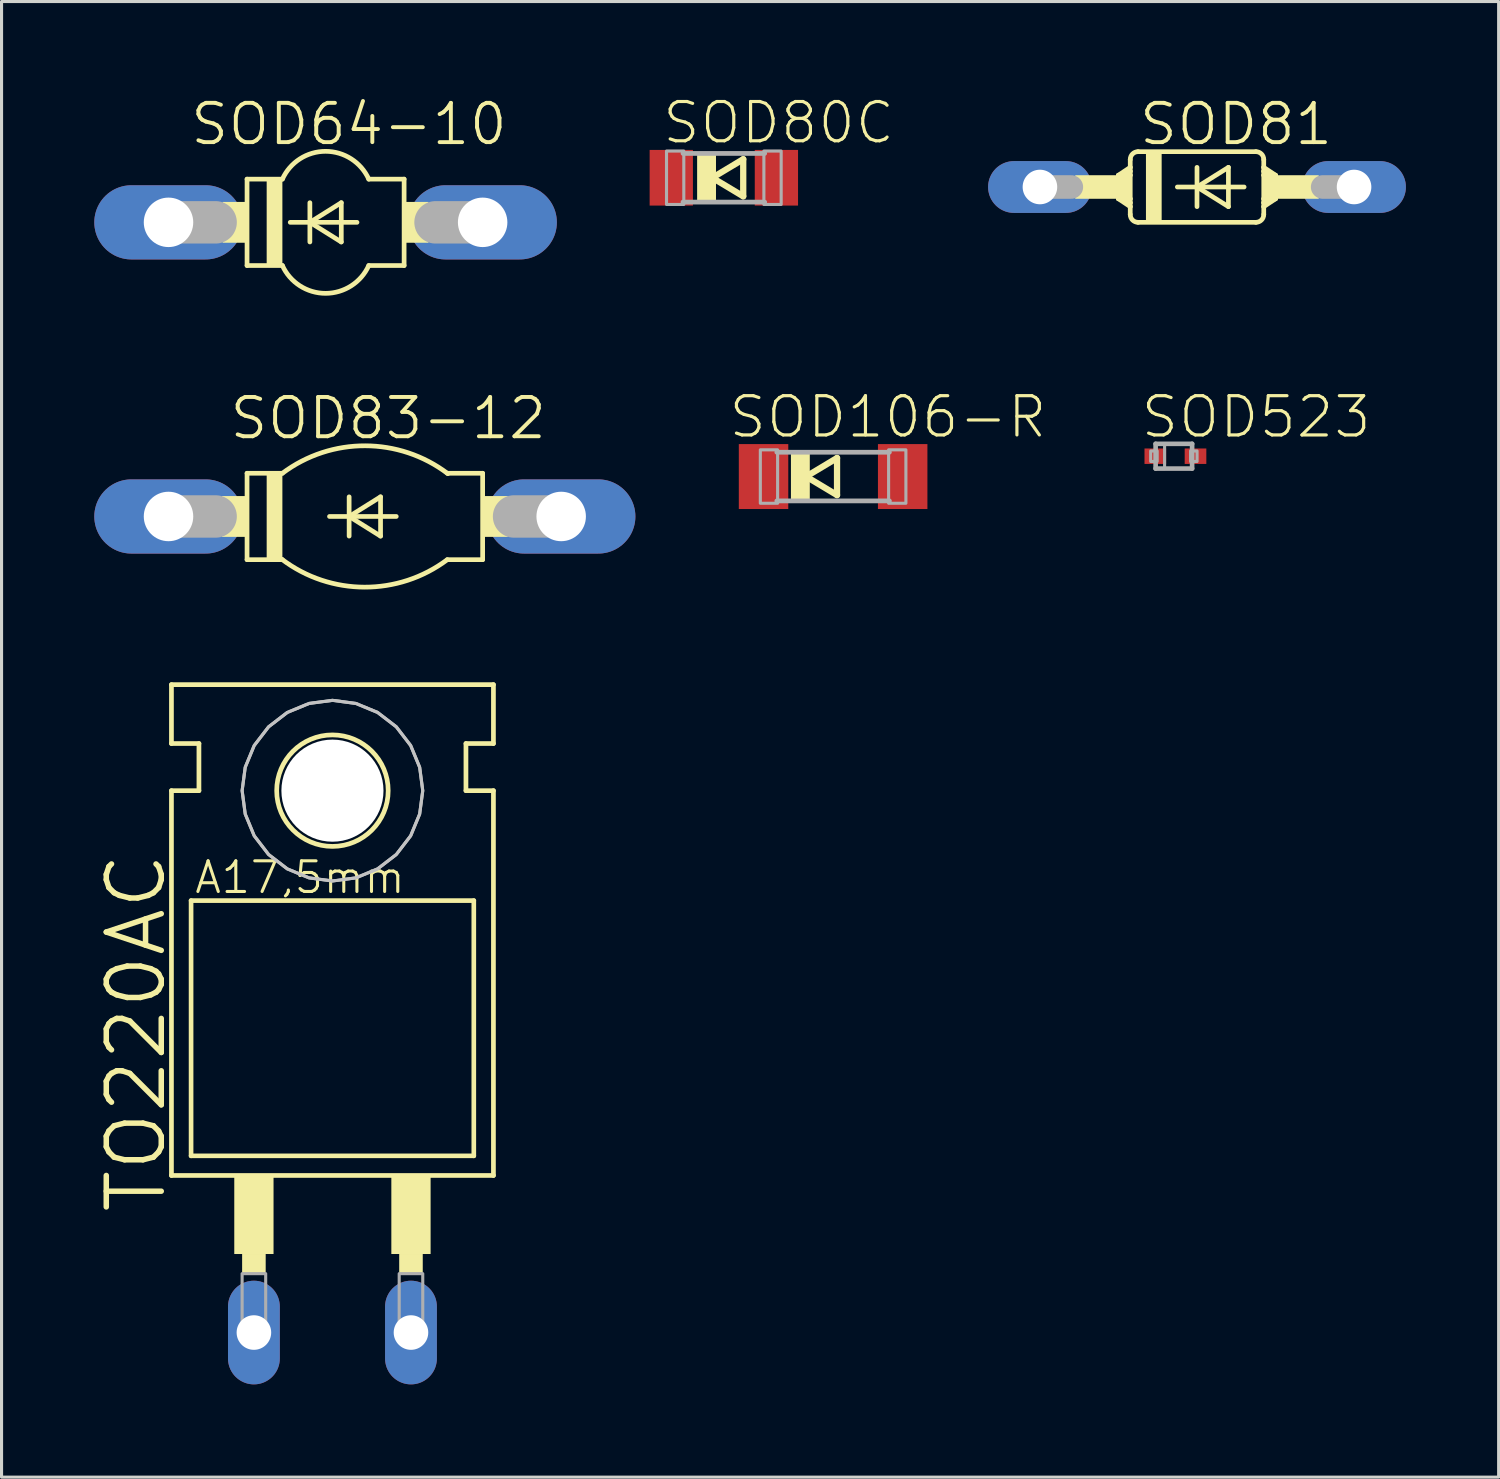
<source format=kicad_pcb>
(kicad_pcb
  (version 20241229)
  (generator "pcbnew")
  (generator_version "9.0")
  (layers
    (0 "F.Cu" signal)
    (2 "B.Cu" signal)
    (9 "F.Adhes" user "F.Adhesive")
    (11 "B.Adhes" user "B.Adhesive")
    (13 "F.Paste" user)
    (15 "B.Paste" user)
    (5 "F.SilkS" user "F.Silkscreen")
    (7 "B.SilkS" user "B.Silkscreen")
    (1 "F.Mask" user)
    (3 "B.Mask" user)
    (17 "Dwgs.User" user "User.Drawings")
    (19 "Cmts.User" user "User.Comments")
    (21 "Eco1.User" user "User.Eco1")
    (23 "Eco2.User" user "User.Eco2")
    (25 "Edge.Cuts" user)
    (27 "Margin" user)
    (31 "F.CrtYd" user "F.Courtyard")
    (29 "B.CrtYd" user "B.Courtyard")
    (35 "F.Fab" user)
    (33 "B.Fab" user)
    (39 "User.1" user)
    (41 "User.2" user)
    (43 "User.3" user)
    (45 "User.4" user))
  (footprint "SOD81"
    (layer "F.Cu")
    (at 35.664 2.998)
    (property "Reference" "SOD81" (at 1.264 -2.032 0) (layer "F.SilkS") (effects (font (size 1.27 1.27) (thickness 0.127))))
    (attr through_hole)
    (fp_line (start -2.54 -0.381) (end -2.54 0.381) (stroke (width 0.152) (type solid)) (layer "F.SilkS"))
    (fp_line (start -2.54 -0.381) (end -2.413 -0.381) (stroke (width 0.152) (type solid)) (layer "F.SilkS"))
    (fp_line (start -2.54 0.381) (end -2.413 0.381) (stroke (width 0.152) (type solid)) (layer "F.SilkS"))
    (fp_line (start -2.54 0.381) (end -2.159 0.635) (stroke (width 0.152) (type solid)) (layer "F.SilkS"))
    (fp_line (start -2.413 -0.381) (end -2.159 -0.381) (stroke (width 0.152) (type solid)) (layer "F.SilkS"))
    (fp_line (start -2.413 0.381) (end -2.159 0.381) (stroke (width 0.152) (type solid)) (layer "F.SilkS"))
    (fp_line (start -2.159 -0.635) (end -2.54 -0.381) (stroke (width 0.152) (type solid)) (layer "F.SilkS"))
    (fp_line (start -2.159 -0.635) (end -2.159 -0.889) (stroke (width 0.152) (type solid)) (layer "F.SilkS"))
    (fp_line (start -2.159 -0.635) (end -2.159 -0.508) (stroke (width 0.152) (type solid)) (layer "F.SilkS"))
    (fp_line (start -2.159 -0.508) (end -2.413 -0.381) (stroke (width 0.152) (type solid)) (layer "F.SilkS"))
    (fp_line (start -2.159 -0.508) (end -2.159 -0.381) (stroke (width 0.152) (type solid)) (layer "F.SilkS"))
    (fp_line (start -2.159 -0.381) (end -2.159 0.381) (stroke (width 0.152) (type solid)) (layer "F.SilkS"))
    (fp_line (start -2.159 0.381) (end -2.159 0.508) (stroke (width 0.152) (type solid)) (layer "F.SilkS"))
    (fp_line (start -2.159 0.508) (end -2.413 0.381) (stroke (width 0.152) (type solid)) (layer "F.SilkS"))
    (fp_line (start -2.159 0.508) (end -2.159 0.635) (stroke (width 0.152) (type solid)) (layer "F.SilkS"))
    (fp_line (start -2.159 0.635) (end -2.159 0.889) (stroke (width 0.152) (type solid)) (layer "F.SilkS"))
    (fp_line (start -1.905 -1.143) (end 1.905 -1.143) (stroke (width 0.152) (type solid)) (layer "F.SilkS"))
    (fp_line (start -1.905 1.143) (end 1.905 1.143) (stroke (width 0.152) (type solid)) (layer "F.SilkS"))
    (fp_line (start -0.635 0) (end 0 0) (stroke (width 0.152) (type solid)) (layer "F.SilkS"))
    (fp_line (start 0 -0.635) (end 0 0) (stroke (width 0.152) (type solid)) (layer "F.SilkS"))
    (fp_line (start 0 0) (end 0 0.635) (stroke (width 0.152) (type solid)) (layer "F.SilkS"))
    (fp_line (start 0 0) (end 1.016 -0.635) (stroke (width 0.152) (type solid)) (layer "F.SilkS"))
    (fp_line (start 0 0) (end 1.524 0) (stroke (width 0.152) (type solid)) (layer "F.SilkS"))
    (fp_line (start 1.016 -0.635) (end 1.016 0.635) (stroke (width 0.152) (type solid)) (layer "F.SilkS"))
    (fp_line (start 1.016 0.635) (end 0 0) (stroke (width 0.152) (type solid)) (layer "F.SilkS"))
    (fp_line (start 2.159 -0.635) (end 2.159 -0.889) (stroke (width 0.152) (type solid)) (layer "F.SilkS"))
    (fp_line (start 2.159 -0.635) (end 2.54 -0.381) (stroke (width 0.152) (type solid)) (layer "F.SilkS"))
    (fp_line (start 2.159 -0.508) (end 2.159 -0.635) (stroke (width 0.152) (type solid)) (layer "F.SilkS"))
    (fp_line (start 2.159 -0.508) (end 2.413 -0.381) (stroke (width 0.152) (type solid)) (layer "F.SilkS"))
    (fp_line (start 2.159 -0.381) (end 2.159 -0.508) (stroke (width 0.152) (type solid)) (layer "F.SilkS"))
    (fp_line (start 2.159 0.381) (end 2.159 -0.381) (stroke (width 0.152) (type solid)) (layer "F.SilkS"))
    (fp_line (start 2.159 0.508) (end 2.159 0.381) (stroke (width 0.152) (type solid)) (layer "F.SilkS"))
    (fp_line (start 2.159 0.508) (end 2.413 0.381) (stroke (width 0.152) (type solid)) (layer "F.SilkS"))
    (fp_line (start 2.159 0.635) (end 2.159 0.508) (stroke (width 0.152) (type solid)) (layer "F.SilkS"))
    (fp_line (start 2.159 0.635) (end 2.159 0.889) (stroke (width 0.152) (type solid)) (layer "F.SilkS"))
    (fp_line (start 2.159 0.635) (end 2.54 0.381) (stroke (width 0.152) (type solid)) (layer "F.SilkS"))
    (fp_line (start 2.413 -0.381) (end 2.159 -0.381) (stroke (width 0.152) (type solid)) (layer "F.SilkS"))
    (fp_line (start 2.413 0.381) (end 2.159 0.381) (stroke (width 0.152) (type solid)) (layer "F.SilkS"))
    (fp_line (start 2.54 -0.381) (end 2.413 -0.381) (stroke (width 0.152) (type solid)) (layer "F.SilkS"))
    (fp_line (start 2.54 -0.381) (end 2.54 0.381) (stroke (width 0.152) (type solid)) (layer "F.SilkS"))
    (fp_line (start 2.54 0.381) (end 2.413 0.381) (stroke (width 0.152) (type solid)) (layer "F.SilkS"))
    (fp_arc (start -2.159 -0.889) (mid -2.084605 -1.068605) (end -1.905 -1.143) (stroke (width 0.1524) (type solid)) (layer "F.SilkS"))
    (fp_arc (start -1.905 1.143) (mid -2.084605 1.068605) (end -2.159 0.889) (stroke (width 0.1524) (type solid)) (layer "F.SilkS"))
    (fp_arc (start 1.905 -1.143) (mid 2.084605 -1.068605) (end 2.159 -0.889) (stroke (width 0.1524) (type solid)) (layer "F.SilkS"))
    (fp_arc (start 2.159 0.889) (mid 2.084605 1.068605) (end 1.905 1.143) (stroke (width 0.1524) (type solid)) (layer "F.SilkS"))
    (fp_poly (pts (xy -3.937 -0.381) (xy -2.159 -0.381) (xy -2.159 0.381) (xy -3.937 0.381)) (stroke (width 0) (type solid)) (fill yes) (layer "F.SilkS"))
    (fp_poly (pts (xy -1.651 -1.143) (xy -1.143 -1.143) (xy -1.143 1.143) (xy -1.651 1.143)) (stroke (width 0) (type solid)) (fill yes) (layer "F.SilkS"))
    (fp_poly (pts (xy 2.159 -0.381) (xy 3.937 -0.381) (xy 3.937 0.381) (xy 2.159 0.381)) (stroke (width 0) (type solid)) (fill yes) (layer "F.SilkS"))
    (fp_line (start -5.08 0) (end -4.064 0) (stroke (width 0.762) (type solid)) (layer "F.Fab"))
    (fp_line (start 5.08 0) (end 4.064 0) (stroke (width 0.762) (type solid)) (layer "F.Fab"))
    (pad "A" thru_hole oval (at 5.08 0) (size 3.353 1.676) (drill 1.118) (layers "*.Cu" "*.Mask"))
    (pad "C" thru_hole oval (at -5.08 0) (size 3.353 1.676) (drill 1.118) (layers "*.Cu" "*.Mask")))
  (footprint "SOD106-R"
    (layer "F.Cu")
    (at 23.895 12.363)
    (property "Reference" "SOD106-R" (at 1.772 -1.928 0) (layer "F.SilkS") (effects (font (size 1.27 1.27) (thickness 0.102))))
    (attr through_hole)
    (fp_line (start -0.873 0) (end 0.127 0.6) (stroke (width 0.203) (type solid)) (layer "F.SilkS"))
    (fp_line (start 0.127 -0.6) (end -0.873 0) (stroke (width 0.203) (type solid)) (layer "F.SilkS"))
    (fp_line (start 0.127 0.6) (end 0.127 -0.6) (stroke (width 0.203) (type solid)) (layer "F.SilkS"))
    (fp_poly (pts (xy -1.364 -0.787) (xy -0.754 -0.787) (xy -0.754 0.787) (xy -1.364 0.787)) (stroke (width 0) (type solid)) (fill yes) (layer "F.SilkS"))
    (fp_line (start 1.821 -0.787) (end -1.821 -0.787) (stroke (width 0.152) (type solid)) (layer "F.Fab"))
    (fp_line (start 1.821 0.787) (end -1.821 0.787) (stroke (width 0.152) (type solid)) (layer "F.Fab"))
    (fp_poly (pts (xy -2.354 -0.864) (xy -1.795 -0.864) (xy -1.795 0.864) (xy -2.354 0.864)) (stroke (width 0.1) (type solid)) (fill no) (layer "F.Fab"))
    (fp_poly (pts (xy 1.795 -0.864) (xy 2.354 -0.864) (xy 2.354 0.864) (xy 1.795 0.864)) (stroke (width 0.1) (type solid)) (fill no) (layer "F.Fab"))
    (pad "A" smd rect (at 2.25 0) (size 1.6 2.1) (layers "F.Cu" "F.Mask" "F.Paste"))
    (pad "C" smd rect (at -2.25 0) (size 1.6 2.1) (layers "F.Cu" "F.Mask" "F.Paste")))
  (footprint "SOD83-12"
    (layer "F.Cu")
    (at 8.75 13.654)
    (property "Reference" "SOD83-12" (at 0.756 -3.175 0) (layer "F.SilkS") (effects (font (size 1.27 1.27) (thickness 0.127))))
    (attr through_hole)
    (fp_line (start -3.81 -1.397) (end -3.81 1.397) (stroke (width 0.152) (type solid)) (layer "F.SilkS"))
    (fp_line (start -3.81 -1.397) (end -2.667 -1.397) (stroke (width 0.152) (type solid)) (layer "F.SilkS"))
    (fp_line (start -3.81 1.397) (end -2.667 1.397) (stroke (width 0.152) (type solid)) (layer "F.SilkS"))
    (fp_line (start -1.143 0) (end -0.508 0) (stroke (width 0.152) (type solid)) (layer "F.SilkS"))
    (fp_line (start -0.508 -0.635) (end -0.508 0) (stroke (width 0.152) (type solid)) (layer "F.SilkS"))
    (fp_line (start -0.508 0) (end -0.508 0.635) (stroke (width 0.152) (type solid)) (layer "F.SilkS"))
    (fp_line (start -0.508 0) (end 0.508 -0.635) (stroke (width 0.152) (type solid)) (layer "F.SilkS"))
    (fp_line (start -0.508 0) (end 1.016 0) (stroke (width 0.152) (type solid)) (layer "F.SilkS"))
    (fp_line (start 0.508 -0.635) (end 0.508 0.635) (stroke (width 0.152) (type solid)) (layer "F.SilkS"))
    (fp_line (start 0.508 0.635) (end -0.508 0) (stroke (width 0.152) (type solid)) (layer "F.SilkS"))
    (fp_line (start 2.667 1.397) (end 3.81 1.397) (stroke (width 0.152) (type solid)) (layer "F.SilkS"))
    (fp_line (start 3.81 -1.397) (end 2.667 -1.397) (stroke (width 0.152) (type solid)) (layer "F.SilkS"))
    (fp_line (start 3.81 1.397) (end 3.81 -1.397) (stroke (width 0.152) (type solid)) (layer "F.SilkS"))
    (fp_arc (start -2.667 -1.397) (mid 0.010709 -2.285983) (end 2.6841 -1.3841) (stroke (width 0.1524) (type solid)) (layer "F.SilkS"))
    (fp_arc (start 2.667 1.397) (mid -0.010709 2.285983) (end -2.6841 1.3841) (stroke (width 0.1524) (type solid)) (layer "F.SilkS"))
    (fp_poly (pts (xy -4.623 -0.66) (xy -3.81 -0.66) (xy -3.81 0.66) (xy -4.623 0.66)) (stroke (width 0) (type solid)) (fill yes) (layer "F.SilkS"))
    (fp_poly (pts (xy -3.175 -1.397) (xy -2.667 -1.397) (xy -2.667 1.397) (xy -3.175 1.397)) (stroke (width 0) (type solid)) (fill yes) (layer "F.SilkS"))
    (fp_poly (pts (xy 3.81 -0.66) (xy 4.623 -0.66) (xy 4.623 0.66) (xy 3.81 0.66)) (stroke (width 0) (type solid)) (fill yes) (layer "F.SilkS"))
    (fp_line (start -6.35 0) (end -4.826 0) (stroke (width 1.372) (type solid)) (layer "F.Fab"))
    (fp_line (start 6.35 0) (end 4.826 0) (stroke (width 1.372) (type solid)) (layer "F.Fab"))
    (pad "A" thru_hole oval (at 6.35 0) (size 4.801 2.4) (drill 1.6) (layers "*.Cu" "*.Mask"))
    (pad "C" thru_hole oval (at -6.35 0) (size 4.801 2.4) (drill 1.6) (layers "*.Cu" "*.Mask")))
  (footprint "TO220AC"
    (layer "F.Cu")
    (at 7.702 33.698)
    (property "Reference" "TO220AC" (at -6.35 -3.344 90) (layer "F.SilkS") (effects (font (size 1.778 1.778) (thickness 0.178))))
    (attr through_hole)
    (fp_line (start -5.207 -12.7) (end -5.207 -14.605) (stroke (width 0.152) (type solid)) (layer "F.SilkS"))
    (fp_line (start -5.207 -11.176) (end -4.318 -11.176) (stroke (width 0.152) (type solid)) (layer "F.SilkS"))
    (fp_line (start -5.207 1.27) (end -5.207 -11.176) (stroke (width 0.152) (type solid)) (layer "F.SilkS"))
    (fp_line (start -5.207 1.27) (end 5.207 1.27) (stroke (width 0.152) (type solid)) (layer "F.SilkS"))
    (fp_line (start -4.572 0.635) (end -4.572 -7.62) (stroke (width 0.15) (type solid)) (layer "F.SilkS"))
    (fp_line (start -4.572 0.635) (end 4.572 0.635) (stroke (width 0.15) (type solid)) (layer "F.SilkS"))
    (fp_line (start -4.318 -12.7) (end -5.207 -12.7) (stroke (width 0.152) (type solid)) (layer "F.SilkS"))
    (fp_line (start -4.318 -11.176) (end -4.318 -12.7) (stroke (width 0.152) (type solid)) (layer "F.SilkS"))
    (fp_line (start 4.318 -12.7) (end 5.207 -12.7) (stroke (width 0.152) (type solid)) (layer "F.SilkS"))
    (fp_line (start 4.318 -11.176) (end 4.318 -12.7) (stroke (width 0.152) (type solid)) (layer "F.SilkS"))
    (fp_line (start 4.572 -7.62) (end -4.572 -7.62) (stroke (width 0.15) (type solid)) (layer "F.SilkS"))
    (fp_line (start 4.572 -7.62) (end 4.572 0.635) (stroke (width 0.15) (type solid)) (layer "F.SilkS"))
    (fp_line (start 5.207 -14.605) (end -5.207 -14.605) (stroke (width 0.152) (type solid)) (layer "F.SilkS"))
    (fp_line (start 5.207 -12.7) (end 5.207 -14.605) (stroke (width 0.152) (type solid)) (layer "F.SilkS"))
    (fp_line (start 5.207 -11.176) (end 4.318 -11.176) (stroke (width 0.152) (type solid)) (layer "F.SilkS"))
    (fp_line (start 5.207 1.27) (end 5.207 -11.176) (stroke (width 0.152) (type solid)) (layer "F.SilkS"))
    (fp_circle (center 0 -11.176) (end 1.803 -11.176) (stroke (width 0.152) (type solid)) (fill no) (layer "F.SilkS"))
    (fp_poly (pts (xy -3.175 1.27) (xy -1.905 1.27) (xy -1.905 3.81) (xy -3.175 3.81)) (stroke (width 0) (type solid)) (fill yes) (layer "F.SilkS"))
    (fp_poly (pts (xy -2.921 3.81) (xy -2.159 3.81) (xy -2.159 4.445) (xy -2.921 4.445)) (stroke (width 0) (type solid)) (fill yes) (layer "F.SilkS"))
    (fp_poly (pts (xy 1.905 1.27) (xy 3.175 1.27) (xy 3.175 3.81) (xy 1.905 3.81)) (stroke (width 0) (type solid)) (fill yes) (layer "F.SilkS"))
    (fp_poly (pts (xy 2.159 3.81) (xy 2.921 3.81) (xy 2.921 4.445) (xy 2.159 4.445)) (stroke (width 0) (type solid)) (fill yes) (layer "F.SilkS"))
    (fp_poly (pts (xy 2.921 -11.176) (xy 2.821 -10.42) (xy 2.53 -9.716) (xy 2.065 -9.111) (xy 1.46 -8.646) (xy 0.756 -8.355) (xy 0 -8.255) (xy -0.756 -8.355) (xy -1.46 -8.646) (xy -2.065 -9.111) (xy -2.53 -9.716) (xy -2.821 -10.42) (xy -2.921 -11.176) (xy -2.821 -11.932) (xy -2.53 -12.636) (xy -2.065 -13.241) (xy -1.46 -13.706) (xy -0.756 -13.997) (xy 0 -14.097) (xy 0.756 -13.997) (xy 1.46 -13.706) (xy 2.065 -13.241) (xy 2.53 -12.636) (xy 2.821 -11.932)) (stroke (width 0.1) (type solid)) (fill no) (layer "Dwgs.User"))
    (fp_poly (pts (xy 2.921 -11.176) (xy 2.821 -10.42) (xy 2.53 -9.716) (xy 2.065 -9.111) (xy 1.46 -8.646) (xy 0.756 -8.355) (xy 0 -8.255) (xy -0.756 -8.355) (xy -1.46 -8.646) (xy -2.065 -9.111) (xy -2.53 -9.716) (xy -2.821 -10.42) (xy -2.921 -11.176) (xy -2.821 -11.932) (xy -2.53 -12.636) (xy -2.065 -13.241) (xy -1.46 -13.706) (xy -0.756 -13.997) (xy 0 -14.097) (xy 0.756 -13.997) (xy 1.46 -13.706) (xy 2.065 -13.241) (xy 2.53 -12.636) (xy 2.821 -11.932)) (stroke (width 0.1) (type solid)) (fill no) (layer "Dwgs.User"))
    (fp_poly (pts (xy -2.921 4.445) (xy -2.159 4.445) (xy -2.159 6.35) (xy -2.921 6.35)) (stroke (width 0.1) (type solid)) (fill no) (layer "F.Fab"))
    (fp_poly (pts (xy 2.159 4.445) (xy 2.921 4.445) (xy 2.921 6.35) (xy 2.159 6.35)) (stroke (width 0.1) (type solid)) (fill no) (layer "F.Fab"))
    (fp_text user "A17,5mm" (at -1.049 -8.369 0) (layer "F.SilkS") (effects (font (size 0.991 0.991) (thickness 0.099))))
    (pad "" np_thru_hole circle (at 0 -11.176) (size 3.302 3.302) (drill 3.302) (layers "*.Cu"))
    (pad "A" thru_hole oval (at 2.54 6.35) (size 1.676 3.353) (drill 1.118) (layers "*.Cu" "*.Mask"))
    (pad "C" thru_hole oval (at -2.54 6.35) (size 1.676 3.353) (drill 1.118) (layers "*.Cu" "*.Mask")))
  (footprint "SOD80C"
    (layer "F.Cu")
    (at 20.361 2.699)
    (property "Reference" "SOD80C" (at 1.772 -1.778 0) (layer "F.SilkS") (effects (font (size 1.27 1.27) (thickness 0.102))))
    (attr through_hole)
    (fp_line (start -0.373 0) (end 0.627 0.6) (stroke (width 0.203) (type solid)) (layer "F.SilkS"))
    (fp_line (start 0.627 -0.6) (end -0.373 0) (stroke (width 0.203) (type solid)) (layer "F.SilkS"))
    (fp_line (start 0.627 0.6) (end 0.627 -0.6) (stroke (width 0.203) (type solid)) (layer "F.SilkS"))
    (fp_poly (pts (xy -0.864 -0.787) (xy -0.254 -0.787) (xy -0.254 0.787) (xy -0.864 0.787)) (stroke (width 0) (type solid)) (fill yes) (layer "F.SilkS"))
    (fp_line (start 1.321 -0.787) (end -1.321 -0.787) (stroke (width 0.152) (type solid)) (layer "F.Fab"))
    (fp_line (start 1.321 0.787) (end -1.321 0.787) (stroke (width 0.152) (type solid)) (layer "F.Fab"))
    (fp_poly (pts (xy -1.854 -0.864) (xy -1.295 -0.864) (xy -1.295 0.864) (xy -1.854 0.864)) (stroke (width 0.1) (type solid)) (fill no) (layer "F.Fab"))
    (fp_poly (pts (xy 1.295 -0.864) (xy 1.854 -0.864) (xy 1.854 0.864) (xy 1.295 0.864)) (stroke (width 0.1) (type solid)) (fill no) (layer "F.Fab"))
    (pad "A" smd rect (at 1.7 0) (size 1.4 1.8) (layers "F.Cu" "F.Mask" "F.Paste"))
    (pad "C" smd rect (at -1.7 0) (size 1.4 1.8) (layers "F.Cu" "F.Mask" "F.Paste")))
  (footprint "SOD64-10"
    (layer "F.Cu")
    (at 7.48 4.141)
    (property "Reference" "SOD64-10" (at 0.756 -3.175 0) (layer "F.SilkS") (effects (font (size 1.27 1.27) (thickness 0.127))))
    (attr through_hole)
    (fp_line (start -2.54 -1.397) (end -2.54 1.397) (stroke (width 0.152) (type solid)) (layer "F.SilkS"))
    (fp_line (start -2.54 -1.397) (end -1.397 -1.397) (stroke (width 0.152) (type solid)) (layer "F.SilkS"))
    (fp_line (start -2.54 1.397) (end -1.397 1.397) (stroke (width 0.152) (type solid)) (layer "F.SilkS"))
    (fp_line (start -1.143 0) (end -0.508 0) (stroke (width 0.152) (type solid)) (layer "F.SilkS"))
    (fp_line (start -0.508 -0.635) (end -0.508 0) (stroke (width 0.152) (type solid)) (layer "F.SilkS"))
    (fp_line (start -0.508 0) (end -0.508 0.635) (stroke (width 0.152) (type solid)) (layer "F.SilkS"))
    (fp_line (start -0.508 0) (end 0.508 -0.635) (stroke (width 0.152) (type solid)) (layer "F.SilkS"))
    (fp_line (start -0.508 0) (end 1.016 0) (stroke (width 0.152) (type solid)) (layer "F.SilkS"))
    (fp_line (start 0.508 -0.635) (end 0.508 0.635) (stroke (width 0.152) (type solid)) (layer "F.SilkS"))
    (fp_line (start 0.508 0.635) (end -0.508 0) (stroke (width 0.152) (type solid)) (layer "F.SilkS"))
    (fp_line (start 1.397 1.397) (end 2.54 1.397) (stroke (width 0.152) (type solid)) (layer "F.SilkS"))
    (fp_line (start 2.54 -1.397) (end 1.397 -1.397) (stroke (width 0.152) (type solid)) (layer "F.SilkS"))
    (fp_line (start 2.54 1.397) (end 2.54 -1.397) (stroke (width 0.152) (type solid)) (layer "F.SilkS"))
    (fp_arc (start -1.397 -1.397) (mid 0 -2.296547) (end 1.397 -1.397) (stroke (width 0.1524) (type solid)) (layer "F.SilkS"))
    (fp_arc (start 1.397 1.397) (mid 0 2.296547) (end -1.397 1.397) (stroke (width 0.1524) (type solid)) (layer "F.SilkS"))
    (fp_poly (pts (xy -3.327 -0.66) (xy -2.54 -0.66) (xy -2.54 0.66) (xy -3.327 0.66)) (stroke (width 0) (type solid)) (fill yes) (layer "F.SilkS"))
    (fp_poly (pts (xy -1.905 -1.397) (xy -1.397 -1.397) (xy -1.397 1.397) (xy -1.905 1.397)) (stroke (width 0) (type solid)) (fill yes) (layer "F.SilkS"))
    (fp_poly (pts (xy 2.54 -0.66) (xy 3.327 -0.66) (xy 3.327 0.66) (xy 2.54 0.66)) (stroke (width 0) (type solid)) (fill yes) (layer "F.SilkS"))
    (fp_line (start -5.08 0) (end -3.556 0) (stroke (width 1.372) (type solid)) (layer "F.Fab"))
    (fp_line (start 5.08 0) (end 3.556 0) (stroke (width 1.372) (type solid)) (layer "F.Fab"))
    (pad "A" thru_hole oval (at 5.08 0) (size 4.801 2.4) (drill 1.6) (layers "*.Cu" "*.Mask"))
    (pad "C" thru_hole oval (at -5.08 0) (size 4.801 2.4) (drill 1.6) (layers "*.Cu" "*.Mask")))
  (footprint "SOD523"
    (layer "F.Cu")
    (at 34.916 11.705)
    (property "Reference" "SOD523" (at 2.661 -1.27 0) (layer "F.SilkS") (effects (font (size 1.27 1.27) (thickness 0.102))))
    (attr through_hole)
    (fp_line (start -0.59 -0.4) (end 0.59 -0.4) (stroke (width 0.15) (type solid)) (layer "F.Fab"))
    (fp_line (start -0.59 0.4) (end -0.59 -0.4) (stroke (width 0.15) (type solid)) (layer "F.Fab"))
    (fp_line (start 0.59 -0.4) (end 0.59 0.4) (stroke (width 0.15) (type solid)) (layer "F.Fab"))
    (fp_line (start 0.59 0.4) (end -0.59 0.4) (stroke (width 0.15) (type solid)) (layer "F.Fab"))
    (fp_poly (pts (xy -0.75 -0.17) (xy -0.54 -0.17) (xy -0.54 0.17) (xy -0.75 0.17)) (stroke (width 0.1) (type solid)) (fill no) (layer "F.Fab"))
    (fp_poly (pts (xy -0.59 -0.4) (xy -0.3 -0.4) (xy -0.3 0.4) (xy -0.59 0.4)) (stroke (width 0.1) (type solid)) (fill no) (layer "F.Fab"))
    (fp_poly (pts (xy 0.54 -0.17) (xy 0.75 -0.17) (xy 0.75 0.17) (xy 0.54 0.17)) (stroke (width 0.1) (type solid)) (fill no) (layer "F.Fab"))
    (pad "A" smd rect (at 0.7 0) (size 0.7 0.5) (layers "F.Cu" "F.Mask" "F.Paste"))
    (pad "C" smd rect (at -0.6 0) (size 0.7 0.5) (layers "F.Cu" "F.Mask" "F.Paste")))
  (gr_rect
    (start -3 -3)
    (end 45.42 44.724)
    (stroke (width 0.1) (type default))
    (fill no)
    (layer "Edge.Cuts")))
</source>
